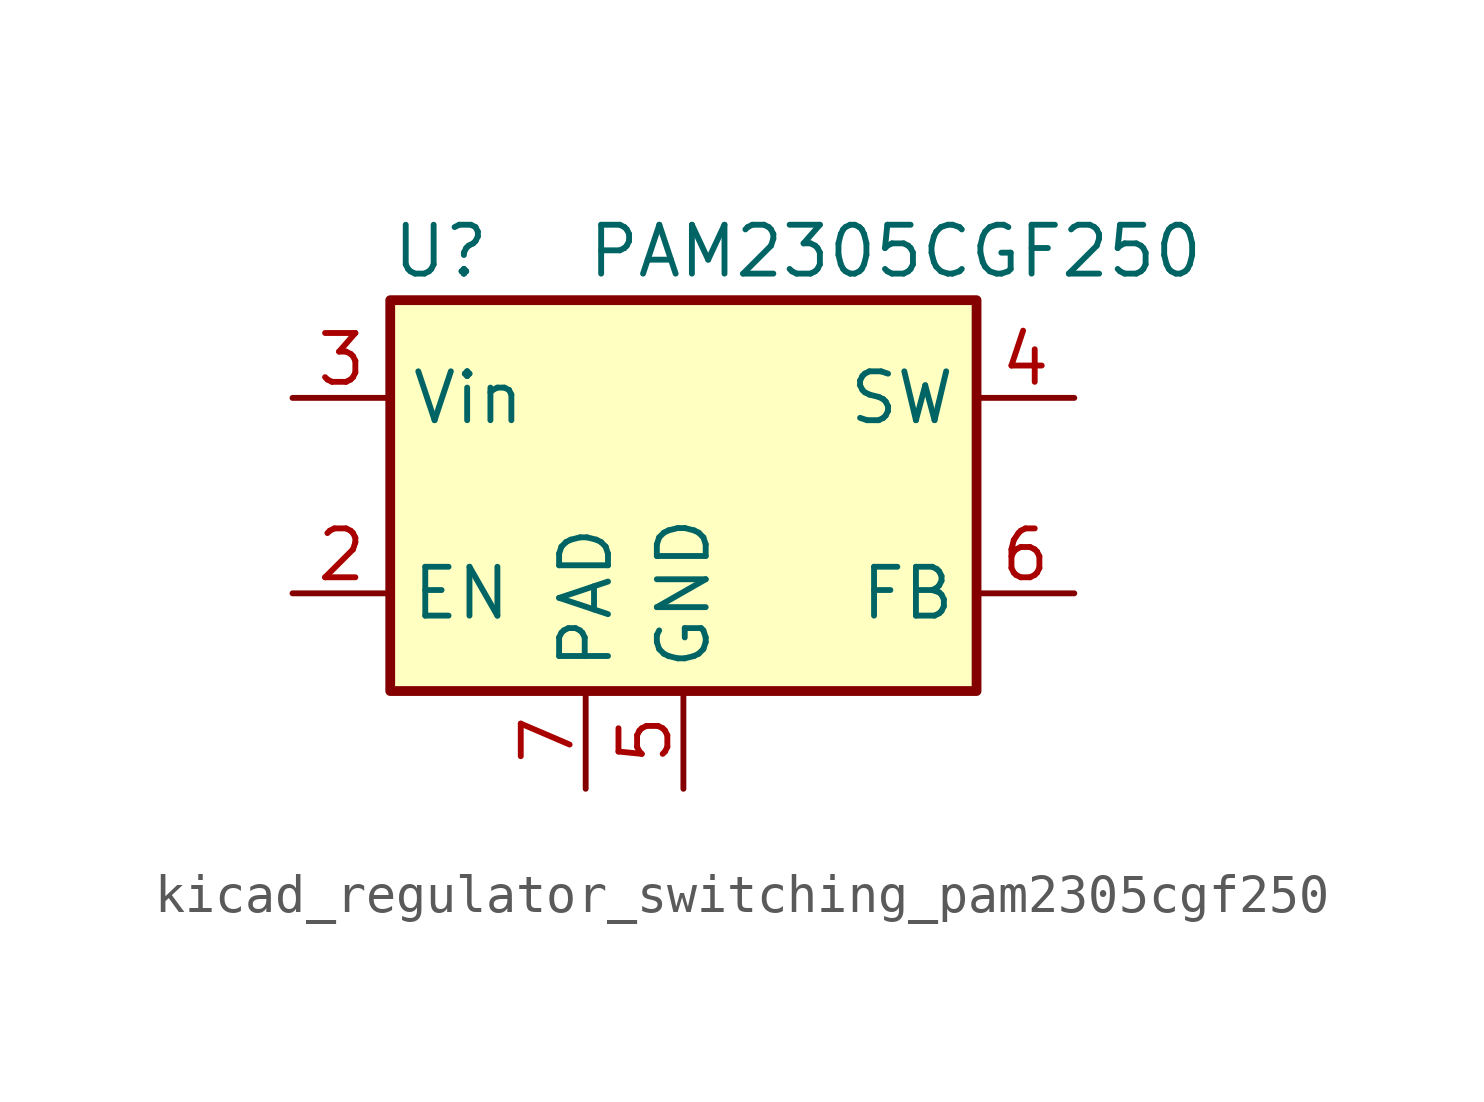
<source format=kicad_sym>
(kicad_symbol_lib
  (version 20220914)
  (generator kicad_symbol_editor)
  (symbol "kicad_regulator_switching_pam2305cgf250"
    (property "Reference" "U"
      (at -7.62 6.35 0)
      (effects (font (size 1.27 1.27)) (justify left)))
    (property "Value" "PAM2305CGF250"
      (at -2.54 6.35 0)
      (effects (font (size 1.27 1.27)) (justify left)))
    (symbol "kicad_regulator_switching_pam2305cgf250_0_1"
      (rectangle (start -7.62 5.08) (end 7.62 -5.08) (stroke (width 0.254) (type default)) (fill (type background))))
    (symbol "kicad_regulator_switching_pam2305cgf250_1_1"
      (pin no_connect line (at -7.62 0 0) (length 2.54) hide (name "NC" (effects (font (size 1.27 1.27)))) (number "1" (effects (font (size 1.27 1.27)))))
      (pin input line (at -10.16 -2.54 0) (length 2.54) (name "EN" (effects (font (size 1.27 1.27)))) (number "2" (effects (font (size 1.27 1.27)))))
      (pin power_in line (at -10.16 2.54 0) (length 2.54) (name "Vin" (effects (font (size 1.27 1.27)))) (number "3" (effects (font (size 1.27 1.27)))))
      (pin output line (at 10.16 2.54 180) (length 2.54) (name "SW" (effects (font (size 1.27 1.27)))) (number "4" (effects (font (size 1.27 1.27)))))
      (pin power_in line (at 0 -7.62 90) (length 2.54) (name "GND" (effects (font (size 1.27 1.27)))) (number "5" (effects (font (size 1.27 1.27)))))
      (pin input line (at 10.16 -2.54 180) (length 2.54) (name "FB" (effects (font (size 1.27 1.27)))) (number "6" (effects (font (size 1.27 1.27)))))
      (pin passive line (at -2.54 -7.62 90) (length 2.54) (name "PAD" (effects (font (size 1.27 1.27)))) (number "7" (effects (font (size 1.27 1.27))))))))
</source>
